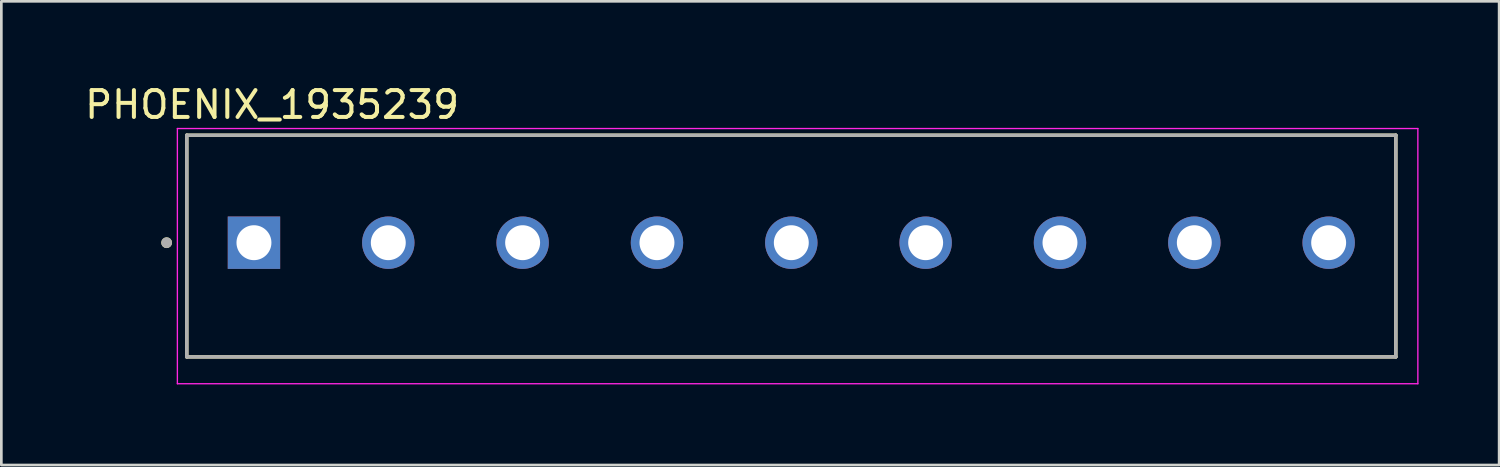
<source format=kicad_pcb>
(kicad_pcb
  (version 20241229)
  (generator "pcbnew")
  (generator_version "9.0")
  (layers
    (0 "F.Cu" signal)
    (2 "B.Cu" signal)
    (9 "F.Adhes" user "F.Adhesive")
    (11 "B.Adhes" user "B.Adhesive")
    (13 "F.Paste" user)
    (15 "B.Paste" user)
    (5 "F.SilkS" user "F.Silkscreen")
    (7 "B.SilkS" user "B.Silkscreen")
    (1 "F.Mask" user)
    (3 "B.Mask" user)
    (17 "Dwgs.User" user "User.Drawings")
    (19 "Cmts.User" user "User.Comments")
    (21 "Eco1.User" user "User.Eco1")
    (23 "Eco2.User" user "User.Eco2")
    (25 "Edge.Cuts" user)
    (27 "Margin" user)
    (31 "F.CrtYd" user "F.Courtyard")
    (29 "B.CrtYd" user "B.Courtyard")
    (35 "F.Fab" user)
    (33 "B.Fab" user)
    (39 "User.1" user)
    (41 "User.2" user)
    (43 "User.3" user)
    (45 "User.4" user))
  (footprint "PHOENIX_1935239"
    (layer "F.Cu")
    (at 3.902 10.233)
    (property "Reference" "PHOENIX_1935239" (at 3.175 -9.385 0) (layer "F.SilkS") (effects (font (size 1 1) (thickness 0.15))))
    (attr through_hole)
    (fp_line (start 0 -8.25) (end 45 -8.25) (stroke (width 0.127) (type solid)) (layer "F.SilkS"))
    (fp_line (start 0 0) (end 0 -8.25) (stroke (width 0.127) (type solid)) (layer "F.SilkS"))
    (fp_line (start 0 0) (end 45 0) (stroke (width 0.127) (type solid)) (layer "F.SilkS"))
    (fp_line (start 45 0) (end 45 -8.25) (stroke (width 0.127) (type solid)) (layer "F.SilkS"))
    (fp_circle (center -0.75 -4.25) (end -0.65 -4.25) (stroke (width 0.2) (type solid)) (fill no) (layer "F.SilkS"))
    (fp_line (start -0.35 -8.5) (end -0.35 1) (stroke (width 0.05) (type solid)) (layer "F.CrtYd"))
    (fp_line (start -0.35 1) (end 45.82 1) (stroke (width 0.05) (type solid)) (layer "F.CrtYd"))
    (fp_line (start 45.82 -8.5) (end -0.35 -8.5) (stroke (width 0.05) (type solid)) (layer "F.CrtYd"))
    (fp_line (start 45.82 1) (end 45.82 -8.5) (stroke (width 0.05) (type solid)) (layer "F.CrtYd"))
    (fp_line (start 0 -8.25) (end 45 -8.25) (stroke (width 0.127) (type solid)) (layer "F.Fab"))
    (fp_line (start 0 0) (end 0 -8.25) (stroke (width 0.127) (type solid)) (layer "F.Fab"))
    (fp_line (start 0 0) (end 45 0) (stroke (width 0.127) (type solid)) (layer "F.Fab"))
    (fp_line (start 45 0) (end 45 -8.25) (stroke (width 0.127) (type solid)) (layer "F.Fab"))
    (fp_circle (center -0.75 -4.25) (end -0.65 -4.25) (stroke (width 0.2) (type solid)) (fill no) (layer "F.Fab"))
    (pad "1" thru_hole rect (at 2.5 -4.25) (size 1.95 1.95) (drill 1.3) (layers "*.Cu" "*.Mask"))
    (pad "2" thru_hole circle (at 7.5 -4.25) (size 1.95 1.95) (drill 1.3) (layers "*.Cu" "*.Mask"))
    (pad "3" thru_hole circle (at 12.5 -4.25) (size 1.95 1.95) (drill 1.3) (layers "*.Cu" "*.Mask"))
    (pad "4" thru_hole circle (at 17.5 -4.25) (size 1.95 1.95) (drill 1.3) (layers "*.Cu" "*.Mask"))
    (pad "5" thru_hole circle (at 22.5 -4.25) (size 1.95 1.95) (drill 1.3) (layers "*.Cu" "*.Mask"))
    (pad "6" thru_hole circle (at 27.5 -4.25) (size 1.95 1.95) (drill 1.3) (layers "*.Cu" "*.Mask"))
    (pad "7" thru_hole circle (at 32.5 -4.25) (size 1.95 1.95) (drill 1.3) (layers "*.Cu" "*.Mask"))
    (pad "8" thru_hole circle (at 37.5 -4.25) (size 1.95 1.95) (drill 1.3) (layers "*.Cu" "*.Mask"))
    (pad "9" thru_hole circle (at 42.5 -4.25) (size 1.95 1.95) (drill 1.3) (layers "*.Cu" "*.Mask")))
  (gr_rect
    (start -3 -3)
    (end 52.747 14.258)
    (stroke (width 0.1) (type default))
    (fill no)
    (layer "Edge.Cuts")))
</source>
